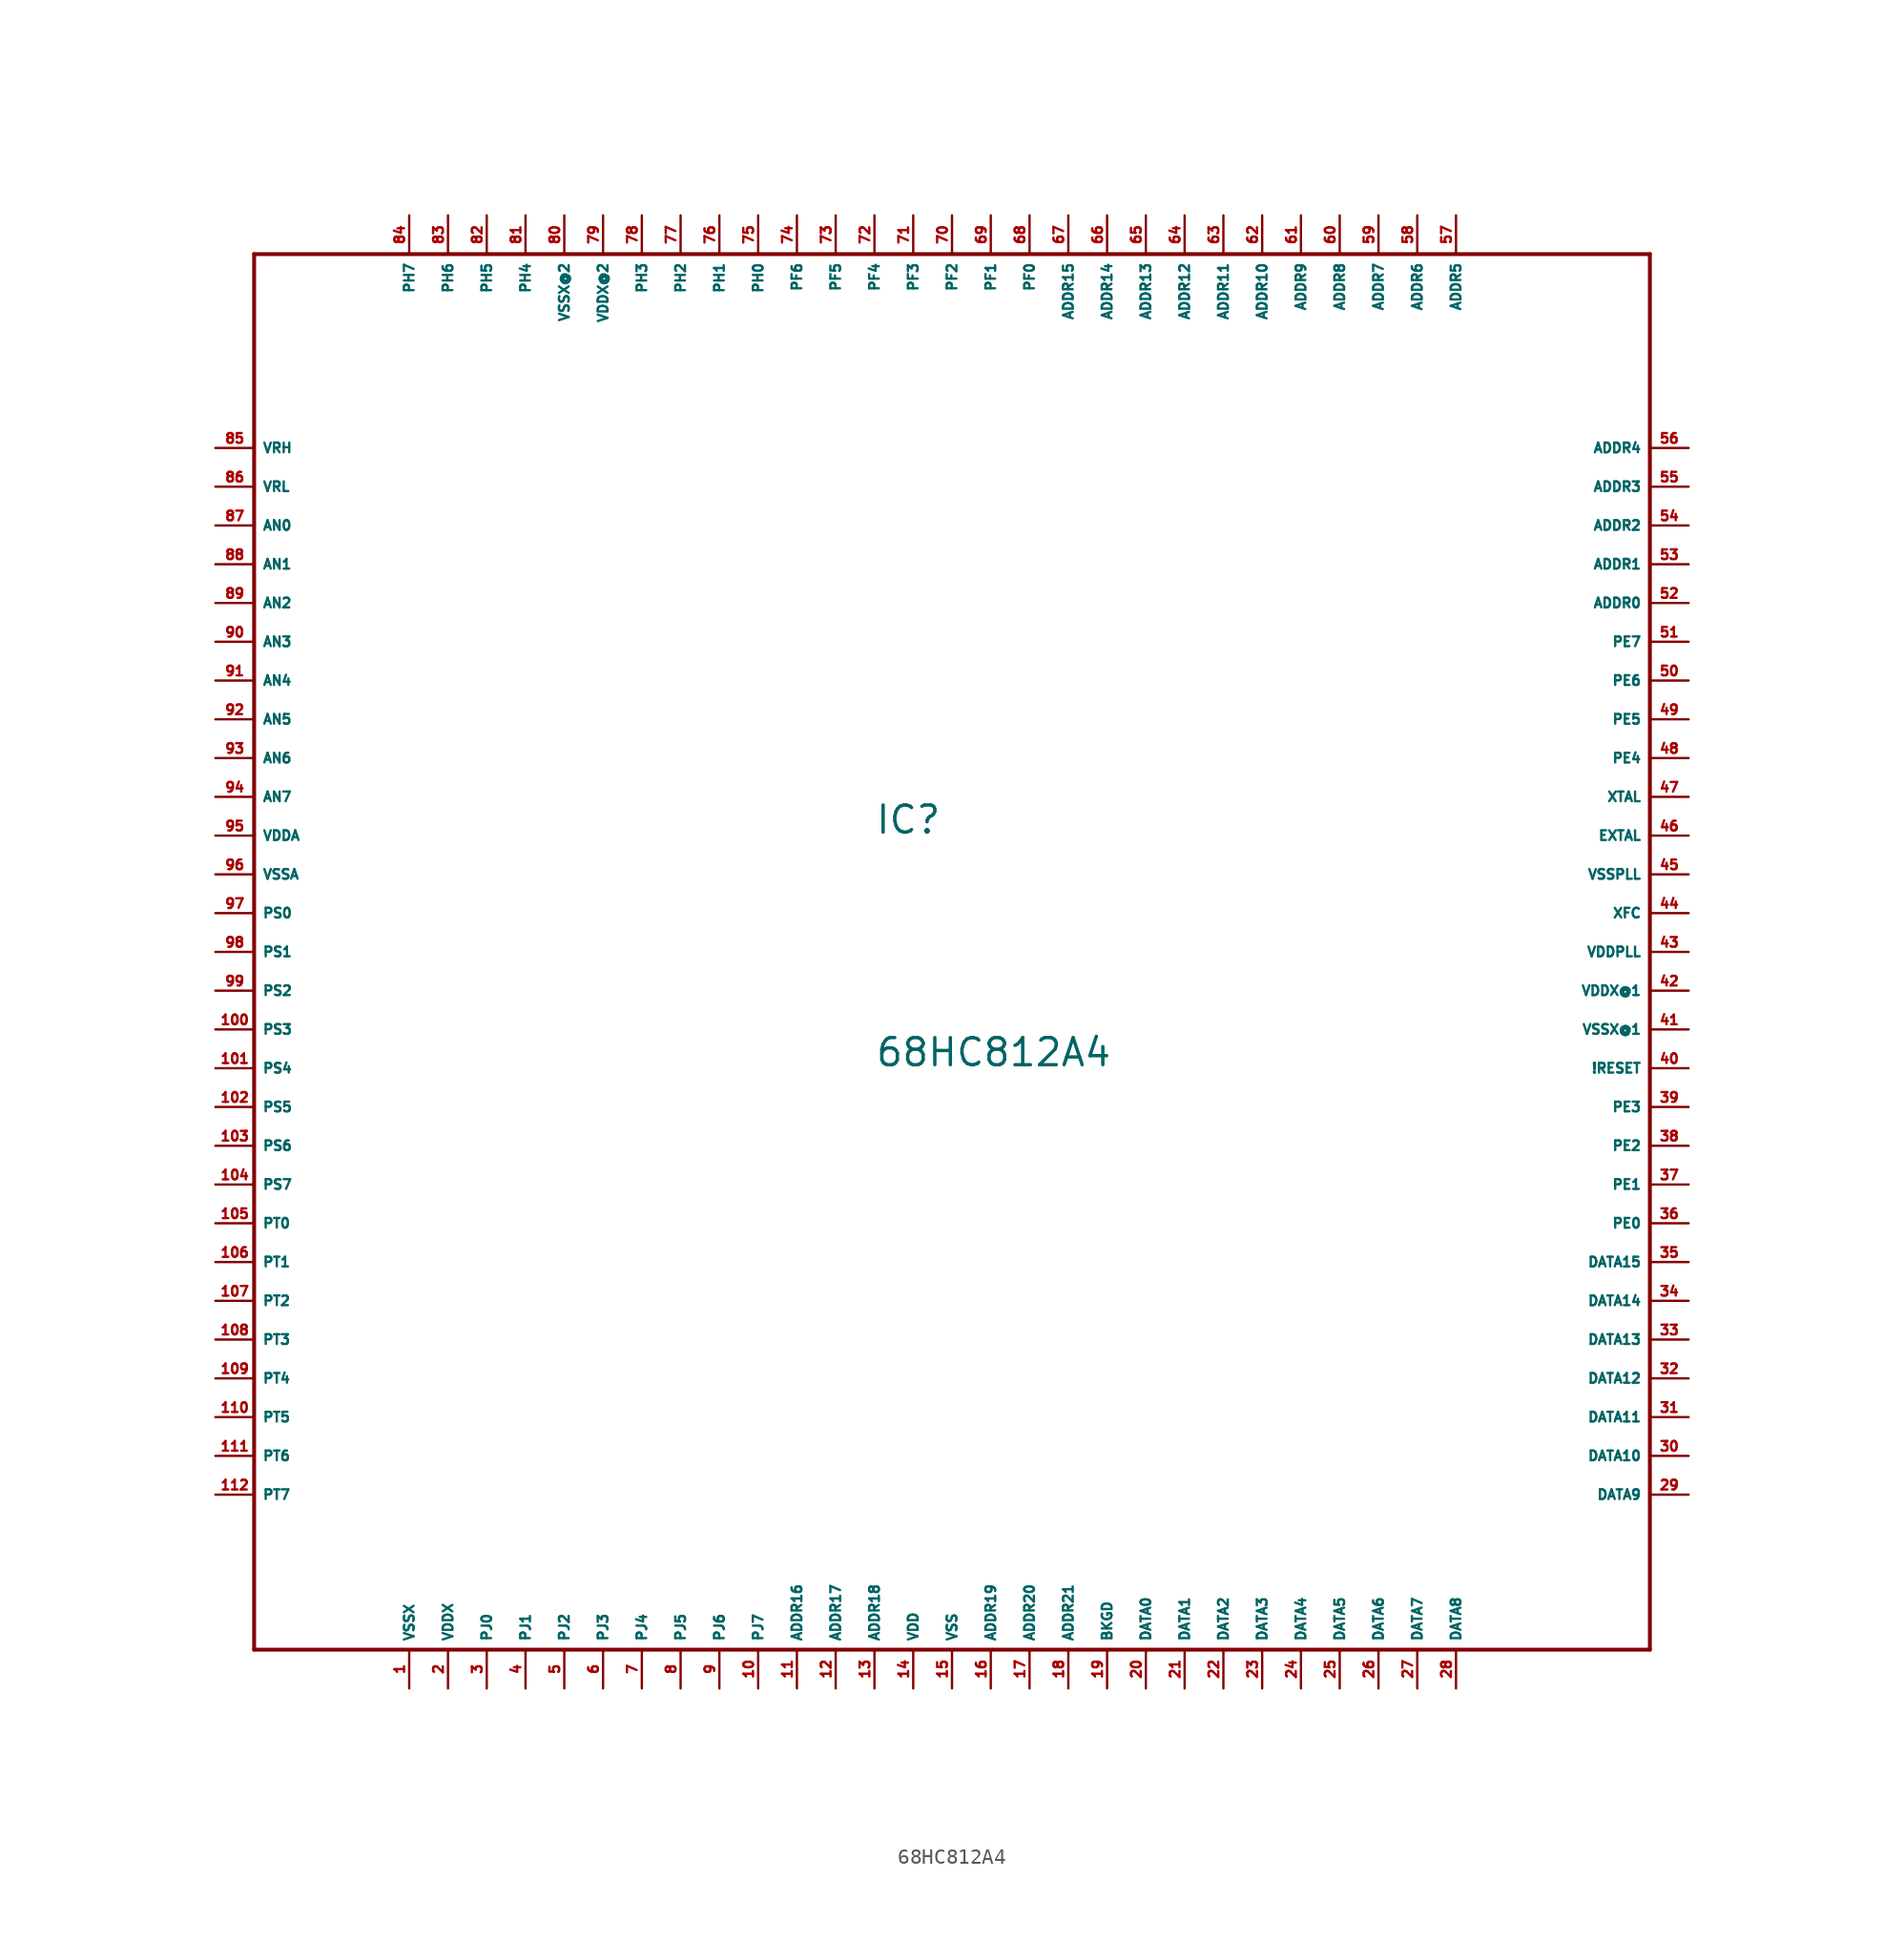
<source format=kicad_sym>
(kicad_symbol_lib
  (version 20220914)
  (generator Eagle2Kicad)
  (symbol "68HC812A4"
    (property "Reference" "IC"
      (at -5.08 7.62 0)
      (effects (font (size 1.778 1.778) (thickness 0.22)) (justify left bottom)))
    (property "Value" "68HC812A4"
      (at -5.08 -7.62 0)
      (effects (font (size 1.778 1.778) (thickness 0.22)) (justify left bottom)))
    (polyline
      (pts (xy -45.72 45.72) (xy -45.72 -45.72))
      (stroke (width 0.254) (type default))
      (fill (type none)))
    (polyline
      (pts (xy -45.72 -45.72) (xy 45.72 -45.72))
      (stroke (width 0.254) (type default))
      (fill (type none)))
    (polyline
      (pts (xy 45.72 -45.72) (xy 45.72 45.72))
      (stroke (width 0.254) (type default))
      (fill (type none)))
    (polyline
      (pts (xy 45.72 45.72) (xy -45.72 45.72))
      (stroke (width 0.254) (type default))
      (fill (type none)))
    (pin unspecified line
      (at -35.56 -48.26 90)
      (length 2.54)
      (name "VSSX" (effects (font (size 0.635 0.635) (thickness 0.08)) (justify left bottom)))
      (number "1" (effects (font (size 0.635 0.635) (thickness 0.08)) (justify left bottom))))
    (pin unspecified line
      (at -33.02 -48.26 90)
      (length 2.54)
      (name "VDDX" (effects (font (size 0.635 0.635) (thickness 0.08)) (justify left bottom)))
      (number "2" (effects (font (size 0.635 0.635) (thickness 0.08)) (justify left bottom))))
    (pin bidirectional line
      (at -30.48 -48.26 90)
      (length 2.54)
      (name "PJ0" (effects (font (size 0.635 0.635) (thickness 0.08)) (justify left bottom)))
      (number "3" (effects (font (size 0.635 0.635) (thickness 0.08)) (justify left bottom))))
    (pin bidirectional line
      (at -27.94 -48.26 90)
      (length 2.54)
      (name "PJ1" (effects (font (size 0.635 0.635) (thickness 0.08)) (justify left bottom)))
      (number "4" (effects (font (size 0.635 0.635) (thickness 0.08)) (justify left bottom))))
    (pin bidirectional line
      (at -25.4 -48.26 90)
      (length 2.54)
      (name "PJ2" (effects (font (size 0.635 0.635) (thickness 0.08)) (justify left bottom)))
      (number "5" (effects (font (size 0.635 0.635) (thickness 0.08)) (justify left bottom))))
    (pin bidirectional line
      (at -22.86 -48.26 90)
      (length 2.54)
      (name "PJ3" (effects (font (size 0.635 0.635) (thickness 0.08)) (justify left bottom)))
      (number "6" (effects (font (size 0.635 0.635) (thickness 0.08)) (justify left bottom))))
    (pin bidirectional line
      (at -20.32 -48.26 90)
      (length 2.54)
      (name "PJ4" (effects (font (size 0.635 0.635) (thickness 0.08)) (justify left bottom)))
      (number "7" (effects (font (size 0.635 0.635) (thickness 0.08)) (justify left bottom))))
    (pin bidirectional line
      (at -17.78 -48.26 90)
      (length 2.54)
      (name "PJ5" (effects (font (size 0.635 0.635) (thickness 0.08)) (justify left bottom)))
      (number "8" (effects (font (size 0.635 0.635) (thickness 0.08)) (justify left bottom))))
    (pin bidirectional line
      (at -15.24 -48.26 90)
      (length 2.54)
      (name "PJ6" (effects (font (size 0.635 0.635) (thickness 0.08)) (justify left bottom)))
      (number "9" (effects (font (size 0.635 0.635) (thickness 0.08)) (justify left bottom))))
    (pin bidirectional line
      (at -12.7 -48.26 90)
      (length 2.54)
      (name "PJ7" (effects (font (size 0.635 0.635) (thickness 0.08)) (justify left bottom)))
      (number "10" (effects (font (size 0.635 0.635) (thickness 0.08)) (justify left bottom))))
    (pin bidirectional line
      (at -10.16 -48.26 90)
      (length 2.54)
      (name "ADDR16" (effects (font (size 0.635 0.635) (thickness 0.08)) (justify left bottom)))
      (number "11" (effects (font (size 0.635 0.635) (thickness 0.08)) (justify left bottom))))
    (pin bidirectional line
      (at -7.62 -48.26 90)
      (length 2.54)
      (name "ADDR17" (effects (font (size 0.635 0.635) (thickness 0.08)) (justify left bottom)))
      (number "12" (effects (font (size 0.635 0.635) (thickness 0.08)) (justify left bottom))))
    (pin bidirectional line
      (at -5.08 -48.26 90)
      (length 2.54)
      (name "ADDR18" (effects (font (size 0.635 0.635) (thickness 0.08)) (justify left bottom)))
      (number "13" (effects (font (size 0.635 0.635) (thickness 0.08)) (justify left bottom))))
    (pin unspecified line
      (at -2.54 -48.26 90)
      (length 2.54)
      (name "VDD" (effects (font (size 0.635 0.635) (thickness 0.08)) (justify left bottom)))
      (number "14" (effects (font (size 0.635 0.635) (thickness 0.08)) (justify left bottom))))
    (pin unspecified line
      (at 0 -48.26 90)
      (length 2.54)
      (name "VSS" (effects (font (size 0.635 0.635) (thickness 0.08)) (justify left bottom)))
      (number "15" (effects (font (size 0.635 0.635) (thickness 0.08)) (justify left bottom))))
    (pin bidirectional line
      (at 2.54 -48.26 90)
      (length 2.54)
      (name "ADDR19" (effects (font (size 0.635 0.635) (thickness 0.08)) (justify left bottom)))
      (number "16" (effects (font (size 0.635 0.635) (thickness 0.08)) (justify left bottom))))
    (pin bidirectional line
      (at 5.08 -48.26 90)
      (length 2.54)
      (name "ADDR20" (effects (font (size 0.635 0.635) (thickness 0.08)) (justify left bottom)))
      (number "17" (effects (font (size 0.635 0.635) (thickness 0.08)) (justify left bottom))))
    (pin bidirectional line
      (at 7.62 -48.26 90)
      (length 2.54)
      (name "ADDR21" (effects (font (size 0.635 0.635) (thickness 0.08)) (justify left bottom)))
      (number "18" (effects (font (size 0.635 0.635) (thickness 0.08)) (justify left bottom))))
    (pin input line
      (at 10.16 -48.26 90)
      (length 2.54)
      (name "BKGD" (effects (font (size 0.635 0.635) (thickness 0.08)) (justify left bottom)))
      (number "19" (effects (font (size 0.635 0.635) (thickness 0.08)) (justify left bottom))))
    (pin bidirectional line
      (at 12.7 -48.26 90)
      (length 2.54)
      (name "DATA0" (effects (font (size 0.635 0.635) (thickness 0.08)) (justify left bottom)))
      (number "20" (effects (font (size 0.635 0.635) (thickness 0.08)) (justify left bottom))))
    (pin bidirectional line
      (at 15.24 -48.26 90)
      (length 2.54)
      (name "DATA1" (effects (font (size 0.635 0.635) (thickness 0.08)) (justify left bottom)))
      (number "21" (effects (font (size 0.635 0.635) (thickness 0.08)) (justify left bottom))))
    (pin bidirectional line
      (at 17.78 -48.26 90)
      (length 2.54)
      (name "DATA2" (effects (font (size 0.635 0.635) (thickness 0.08)) (justify left bottom)))
      (number "22" (effects (font (size 0.635 0.635) (thickness 0.08)) (justify left bottom))))
    (pin bidirectional line
      (at 20.32 -48.26 90)
      (length 2.54)
      (name "DATA3" (effects (font (size 0.635 0.635) (thickness 0.08)) (justify left bottom)))
      (number "23" (effects (font (size 0.635 0.635) (thickness 0.08)) (justify left bottom))))
    (pin bidirectional line
      (at 22.86 -48.26 90)
      (length 2.54)
      (name "DATA4" (effects (font (size 0.635 0.635) (thickness 0.08)) (justify left bottom)))
      (number "24" (effects (font (size 0.635 0.635) (thickness 0.08)) (justify left bottom))))
    (pin bidirectional line
      (at 25.4 -48.26 90)
      (length 2.54)
      (name "DATA5" (effects (font (size 0.635 0.635) (thickness 0.08)) (justify left bottom)))
      (number "25" (effects (font (size 0.635 0.635) (thickness 0.08)) (justify left bottom))))
    (pin bidirectional line
      (at 27.94 -48.26 90)
      (length 2.54)
      (name "DATA6" (effects (font (size 0.635 0.635) (thickness 0.08)) (justify left bottom)))
      (number "26" (effects (font (size 0.635 0.635) (thickness 0.08)) (justify left bottom))))
    (pin bidirectional line
      (at 30.48 -48.26 90)
      (length 2.54)
      (name "DATA7" (effects (font (size 0.635 0.635) (thickness 0.08)) (justify left bottom)))
      (number "27" (effects (font (size 0.635 0.635) (thickness 0.08)) (justify left bottom))))
    (pin bidirectional line
      (at 33.02 -48.26 90)
      (length 2.54)
      (name "DATA8" (effects (font (size 0.635 0.635) (thickness 0.08)) (justify left bottom)))
      (number "28" (effects (font (size 0.635 0.635) (thickness 0.08)) (justify left bottom))))
    (pin bidirectional line
      (at 48.26 -35.56 180)
      (length 2.54)
      (name "DATA9" (effects (font (size 0.635 0.635) (thickness 0.08)) (justify left bottom)))
      (number "29" (effects (font (size 0.635 0.635) (thickness 0.08)) (justify left bottom))))
    (pin bidirectional line
      (at 48.26 -33.02 180)
      (length 2.54)
      (name "DATA10" (effects (font (size 0.635 0.635) (thickness 0.08)) (justify left bottom)))
      (number "30" (effects (font (size 0.635 0.635) (thickness 0.08)) (justify left bottom))))
    (pin bidirectional line
      (at 48.26 -30.48 180)
      (length 2.54)
      (name "DATA11" (effects (font (size 0.635 0.635) (thickness 0.08)) (justify left bottom)))
      (number "31" (effects (font (size 0.635 0.635) (thickness 0.08)) (justify left bottom))))
    (pin bidirectional line
      (at 48.26 -27.94 180)
      (length 2.54)
      (name "DATA12" (effects (font (size 0.635 0.635) (thickness 0.08)) (justify left bottom)))
      (number "32" (effects (font (size 0.635 0.635) (thickness 0.08)) (justify left bottom))))
    (pin bidirectional line
      (at 48.26 -25.4 180)
      (length 2.54)
      (name "DATA13" (effects (font (size 0.635 0.635) (thickness 0.08)) (justify left bottom)))
      (number "33" (effects (font (size 0.635 0.635) (thickness 0.08)) (justify left bottom))))
    (pin bidirectional line
      (at 48.26 -22.86 180)
      (length 2.54)
      (name "DATA14" (effects (font (size 0.635 0.635) (thickness 0.08)) (justify left bottom)))
      (number "34" (effects (font (size 0.635 0.635) (thickness 0.08)) (justify left bottom))))
    (pin bidirectional line
      (at 48.26 -20.32 180)
      (length 2.54)
      (name "DATA15" (effects (font (size 0.635 0.635) (thickness 0.08)) (justify left bottom)))
      (number "35" (effects (font (size 0.635 0.635) (thickness 0.08)) (justify left bottom))))
    (pin input line
      (at 48.26 -17.78 180)
      (length 2.54)
      (name "PE0" (effects (font (size 0.635 0.635) (thickness 0.08)) (justify left bottom)))
      (number "36" (effects (font (size 0.635 0.635) (thickness 0.08)) (justify left bottom))))
    (pin input line
      (at 48.26 -15.24 180)
      (length 2.54)
      (name "PE1" (effects (font (size 0.635 0.635) (thickness 0.08)) (justify left bottom)))
      (number "37" (effects (font (size 0.635 0.635) (thickness 0.08)) (justify left bottom))))
    (pin bidirectional line
      (at 48.26 -12.7 180)
      (length 2.54)
      (name "PE2" (effects (font (size 0.635 0.635) (thickness 0.08)) (justify left bottom)))
      (number "38" (effects (font (size 0.635 0.635) (thickness 0.08)) (justify left bottom))))
    (pin bidirectional line
      (at 48.26 -10.16 180)
      (length 2.54)
      (name "PE3" (effects (font (size 0.635 0.635) (thickness 0.08)) (justify left bottom)))
      (number "39" (effects (font (size 0.635 0.635) (thickness 0.08)) (justify left bottom))))
    (pin input line
      (at 48.26 -7.62 180)
      (length 2.54)
      (name "!RESET" (effects (font (size 0.635 0.635) (thickness 0.08)) (justify left bottom)))
      (number "40" (effects (font (size 0.635 0.635) (thickness 0.08)) (justify left bottom))))
    (pin unspecified line
      (at 48.26 -5.08 180)
      (length 2.54)
      (name "VSSX@1" (effects (font (size 0.635 0.635) (thickness 0.08)) (justify left bottom)))
      (number "41" (effects (font (size 0.635 0.635) (thickness 0.08)) (justify left bottom))))
    (pin unspecified line
      (at 48.26 -2.54 180)
      (length 2.54)
      (name "VDDX@1" (effects (font (size 0.635 0.635) (thickness 0.08)) (justify left bottom)))
      (number "42" (effects (font (size 0.635 0.635) (thickness 0.08)) (justify left bottom))))
    (pin bidirectional line
      (at 48.26 0 180)
      (length 2.54)
      (name "VDDPLL" (effects (font (size 0.635 0.635) (thickness 0.08)) (justify left bottom)))
      (number "43" (effects (font (size 0.635 0.635) (thickness 0.08)) (justify left bottom))))
    (pin bidirectional line
      (at 48.26 2.54 180)
      (length 2.54)
      (name "XFC" (effects (font (size 0.635 0.635) (thickness 0.08)) (justify left bottom)))
      (number "44" (effects (font (size 0.635 0.635) (thickness 0.08)) (justify left bottom))))
    (pin bidirectional line
      (at 48.26 5.08 180)
      (length 2.54)
      (name "VSSPLL" (effects (font (size 0.635 0.635) (thickness 0.08)) (justify left bottom)))
      (number "45" (effects (font (size 0.635 0.635) (thickness 0.08)) (justify left bottom))))
    (pin input line
      (at 48.26 7.62 180)
      (length 2.54)
      (name "EXTAL" (effects (font (size 0.635 0.635) (thickness 0.08)) (justify left bottom)))
      (number "46" (effects (font (size 0.635 0.635) (thickness 0.08)) (justify left bottom))))
    (pin bidirectional line
      (at 48.26 12.7 180)
      (length 2.54)
      (name "PE4" (effects (font (size 0.635 0.635) (thickness 0.08)) (justify left bottom)))
      (number "48" (effects (font (size 0.635 0.635) (thickness 0.08)) (justify left bottom))))
    (pin input line
      (at 48.26 15.24 180)
      (length 2.54)
      (name "PE5" (effects (font (size 0.635 0.635) (thickness 0.08)) (justify left bottom)))
      (number "49" (effects (font (size 0.635 0.635) (thickness 0.08)) (justify left bottom))))
    (pin input line
      (at 48.26 17.78 180)
      (length 2.54)
      (name "PE6" (effects (font (size 0.635 0.635) (thickness 0.08)) (justify left bottom)))
      (number "50" (effects (font (size 0.635 0.635) (thickness 0.08)) (justify left bottom))))
    (pin bidirectional line
      (at 48.26 20.32 180)
      (length 2.54)
      (name "PE7" (effects (font (size 0.635 0.635) (thickness 0.08)) (justify left bottom)))
      (number "51" (effects (font (size 0.635 0.635) (thickness 0.08)) (justify left bottom))))
    (pin bidirectional line
      (at 48.26 22.86 180)
      (length 2.54)
      (name "ADDR0" (effects (font (size 0.635 0.635) (thickness 0.08)) (justify left bottom)))
      (number "52" (effects (font (size 0.635 0.635) (thickness 0.08)) (justify left bottom))))
    (pin bidirectional line
      (at 48.26 25.4 180)
      (length 2.54)
      (name "ADDR1" (effects (font (size 0.635 0.635) (thickness 0.08)) (justify left bottom)))
      (number "53" (effects (font (size 0.635 0.635) (thickness 0.08)) (justify left bottom))))
    (pin bidirectional line
      (at 48.26 27.94 180)
      (length 2.54)
      (name "ADDR2" (effects (font (size 0.635 0.635) (thickness 0.08)) (justify left bottom)))
      (number "54" (effects (font (size 0.635 0.635) (thickness 0.08)) (justify left bottom))))
    (pin bidirectional line
      (at 48.26 30.48 180)
      (length 2.54)
      (name "ADDR3" (effects (font (size 0.635 0.635) (thickness 0.08)) (justify left bottom)))
      (number "55" (effects (font (size 0.635 0.635) (thickness 0.08)) (justify left bottom))))
    (pin bidirectional line
      (at 48.26 33.02 180)
      (length 2.54)
      (name "ADDR4" (effects (font (size 0.635 0.635) (thickness 0.08)) (justify left bottom)))
      (number "56" (effects (font (size 0.635 0.635) (thickness 0.08)) (justify left bottom))))
    (pin bidirectional line
      (at 33.02 48.26 270)
      (length 2.54)
      (name "ADDR5" (effects (font (size 0.635 0.635) (thickness 0.08)) (justify left bottom)))
      (number "57" (effects (font (size 0.635 0.635) (thickness 0.08)) (justify left bottom))))
    (pin bidirectional line
      (at 30.48 48.26 270)
      (length 2.54)
      (name "ADDR6" (effects (font (size 0.635 0.635) (thickness 0.08)) (justify left bottom)))
      (number "58" (effects (font (size 0.635 0.635) (thickness 0.08)) (justify left bottom))))
    (pin bidirectional line
      (at 27.94 48.26 270)
      (length 2.54)
      (name "ADDR7" (effects (font (size 0.635 0.635) (thickness 0.08)) (justify left bottom)))
      (number "59" (effects (font (size 0.635 0.635) (thickness 0.08)) (justify left bottom))))
    (pin bidirectional line
      (at 25.4 48.26 270)
      (length 2.54)
      (name "ADDR8" (effects (font (size 0.635 0.635) (thickness 0.08)) (justify left bottom)))
      (number "60" (effects (font (size 0.635 0.635) (thickness 0.08)) (justify left bottom))))
    (pin bidirectional line
      (at 22.86 48.26 270)
      (length 2.54)
      (name "ADDR9" (effects (font (size 0.635 0.635) (thickness 0.08)) (justify left bottom)))
      (number "61" (effects (font (size 0.635 0.635) (thickness 0.08)) (justify left bottom))))
    (pin bidirectional line
      (at 20.32 48.26 270)
      (length 2.54)
      (name "ADDR10" (effects (font (size 0.635 0.635) (thickness 0.08)) (justify left bottom)))
      (number "62" (effects (font (size 0.635 0.635) (thickness 0.08)) (justify left bottom))))
    (pin bidirectional line
      (at 17.78 48.26 270)
      (length 2.54)
      (name "ADDR11" (effects (font (size 0.635 0.635) (thickness 0.08)) (justify left bottom)))
      (number "63" (effects (font (size 0.635 0.635) (thickness 0.08)) (justify left bottom))))
    (pin bidirectional line
      (at 15.24 48.26 270)
      (length 2.54)
      (name "ADDR12" (effects (font (size 0.635 0.635) (thickness 0.08)) (justify left bottom)))
      (number "64" (effects (font (size 0.635 0.635) (thickness 0.08)) (justify left bottom))))
    (pin bidirectional line
      (at 12.7 48.26 270)
      (length 2.54)
      (name "ADDR13" (effects (font (size 0.635 0.635) (thickness 0.08)) (justify left bottom)))
      (number "65" (effects (font (size 0.635 0.635) (thickness 0.08)) (justify left bottom))))
    (pin bidirectional line
      (at 10.16 48.26 270)
      (length 2.54)
      (name "ADDR14" (effects (font (size 0.635 0.635) (thickness 0.08)) (justify left bottom)))
      (number "66" (effects (font (size 0.635 0.635) (thickness 0.08)) (justify left bottom))))
    (pin bidirectional line
      (at 7.62 48.26 270)
      (length 2.54)
      (name "ADDR15" (effects (font (size 0.635 0.635) (thickness 0.08)) (justify left bottom)))
      (number "67" (effects (font (size 0.635 0.635) (thickness 0.08)) (justify left bottom))))
    (pin bidirectional line
      (at 5.08 48.26 270)
      (length 2.54)
      (name "PF0" (effects (font (size 0.635 0.635) (thickness 0.08)) (justify left bottom)))
      (number "68" (effects (font (size 0.635 0.635) (thickness 0.08)) (justify left bottom))))
    (pin bidirectional line
      (at 2.54 48.26 270)
      (length 2.54)
      (name "PF1" (effects (font (size 0.635 0.635) (thickness 0.08)) (justify left bottom)))
      (number "69" (effects (font (size 0.635 0.635) (thickness 0.08)) (justify left bottom))))
    (pin bidirectional line
      (at 0 48.26 270)
      (length 2.54)
      (name "PF2" (effects (font (size 0.635 0.635) (thickness 0.08)) (justify left bottom)))
      (number "70" (effects (font (size 0.635 0.635) (thickness 0.08)) (justify left bottom))))
    (pin bidirectional line
      (at -2.54 48.26 270)
      (length 2.54)
      (name "PF3" (effects (font (size 0.635 0.635) (thickness 0.08)) (justify left bottom)))
      (number "71" (effects (font (size 0.635 0.635) (thickness 0.08)) (justify left bottom))))
    (pin bidirectional line
      (at -5.08 48.26 270)
      (length 2.54)
      (name "PF4" (effects (font (size 0.635 0.635) (thickness 0.08)) (justify left bottom)))
      (number "72" (effects (font (size 0.635 0.635) (thickness 0.08)) (justify left bottom))))
    (pin bidirectional line
      (at -7.62 48.26 270)
      (length 2.54)
      (name "PF5" (effects (font (size 0.635 0.635) (thickness 0.08)) (justify left bottom)))
      (number "73" (effects (font (size 0.635 0.635) (thickness 0.08)) (justify left bottom))))
    (pin bidirectional line
      (at -10.16 48.26 270)
      (length 2.54)
      (name "PF6" (effects (font (size 0.635 0.635) (thickness 0.08)) (justify left bottom)))
      (number "74" (effects (font (size 0.635 0.635) (thickness 0.08)) (justify left bottom))))
    (pin bidirectional line
      (at -12.7 48.26 270)
      (length 2.54)
      (name "PH0" (effects (font (size 0.635 0.635) (thickness 0.08)) (justify left bottom)))
      (number "75" (effects (font (size 0.635 0.635) (thickness 0.08)) (justify left bottom))))
    (pin bidirectional line
      (at -15.24 48.26 270)
      (length 2.54)
      (name "PH1" (effects (font (size 0.635 0.635) (thickness 0.08)) (justify left bottom)))
      (number "76" (effects (font (size 0.635 0.635) (thickness 0.08)) (justify left bottom))))
    (pin bidirectional line
      (at -17.78 48.26 270)
      (length 2.54)
      (name "PH2" (effects (font (size 0.635 0.635) (thickness 0.08)) (justify left bottom)))
      (number "77" (effects (font (size 0.635 0.635) (thickness 0.08)) (justify left bottom))))
    (pin bidirectional line
      (at -20.32 48.26 270)
      (length 2.54)
      (name "PH3" (effects (font (size 0.635 0.635) (thickness 0.08)) (justify left bottom)))
      (number "78" (effects (font (size 0.635 0.635) (thickness 0.08)) (justify left bottom))))
    (pin unspecified line
      (at -22.86 48.26 270)
      (length 2.54)
      (name "VDDX@2" (effects (font (size 0.635 0.635) (thickness 0.08)) (justify left bottom)))
      (number "79" (effects (font (size 0.635 0.635) (thickness 0.08)) (justify left bottom))))
    (pin unspecified line
      (at -25.4 48.26 270)
      (length 2.54)
      (name "VSSX@2" (effects (font (size 0.635 0.635) (thickness 0.08)) (justify left bottom)))
      (number "80" (effects (font (size 0.635 0.635) (thickness 0.08)) (justify left bottom))))
    (pin bidirectional line
      (at -27.94 48.26 270)
      (length 2.54)
      (name "PH4" (effects (font (size 0.635 0.635) (thickness 0.08)) (justify left bottom)))
      (number "81" (effects (font (size 0.635 0.635) (thickness 0.08)) (justify left bottom))))
    (pin bidirectional line
      (at -30.48 48.26 270)
      (length 2.54)
      (name "PH5" (effects (font (size 0.635 0.635) (thickness 0.08)) (justify left bottom)))
      (number "82" (effects (font (size 0.635 0.635) (thickness 0.08)) (justify left bottom))))
    (pin bidirectional line
      (at -33.02 48.26 270)
      (length 2.54)
      (name "PH6" (effects (font (size 0.635 0.635) (thickness 0.08)) (justify left bottom)))
      (number "83" (effects (font (size 0.635 0.635) (thickness 0.08)) (justify left bottom))))
    (pin bidirectional line
      (at -35.56 48.26 270)
      (length 2.54)
      (name "PH7" (effects (font (size 0.635 0.635) (thickness 0.08)) (justify left bottom)))
      (number "84" (effects (font (size 0.635 0.635) (thickness 0.08)) (justify left bottom))))
    (pin bidirectional line
      (at -48.26 33.02 0)
      (length 2.54)
      (name "VRH" (effects (font (size 0.635 0.635) (thickness 0.08)) (justify left bottom)))
      (number "85" (effects (font (size 0.635 0.635) (thickness 0.08)) (justify left bottom))))
    (pin bidirectional line
      (at -48.26 30.48 0)
      (length 2.54)
      (name "VRL" (effects (font (size 0.635 0.635) (thickness 0.08)) (justify left bottom)))
      (number "86" (effects (font (size 0.635 0.635) (thickness 0.08)) (justify left bottom))))
    (pin input line
      (at -48.26 27.94 0)
      (length 2.54)
      (name "AN0" (effects (font (size 0.635 0.635) (thickness 0.08)) (justify left bottom)))
      (number "87" (effects (font (size 0.635 0.635) (thickness 0.08)) (justify left bottom))))
    (pin input line
      (at -48.26 25.4 0)
      (length 2.54)
      (name "AN1" (effects (font (size 0.635 0.635) (thickness 0.08)) (justify left bottom)))
      (number "88" (effects (font (size 0.635 0.635) (thickness 0.08)) (justify left bottom))))
    (pin input line
      (at -48.26 22.86 0)
      (length 2.54)
      (name "AN2" (effects (font (size 0.635 0.635) (thickness 0.08)) (justify left bottom)))
      (number "89" (effects (font (size 0.635 0.635) (thickness 0.08)) (justify left bottom))))
    (pin input line
      (at -48.26 20.32 0)
      (length 2.54)
      (name "AN3" (effects (font (size 0.635 0.635) (thickness 0.08)) (justify left bottom)))
      (number "90" (effects (font (size 0.635 0.635) (thickness 0.08)) (justify left bottom))))
    (pin input line
      (at -48.26 17.78 0)
      (length 2.54)
      (name "AN4" (effects (font (size 0.635 0.635) (thickness 0.08)) (justify left bottom)))
      (number "91" (effects (font (size 0.635 0.635) (thickness 0.08)) (justify left bottom))))
    (pin input line
      (at -48.26 15.24 0)
      (length 2.54)
      (name "AN5" (effects (font (size 0.635 0.635) (thickness 0.08)) (justify left bottom)))
      (number "92" (effects (font (size 0.635 0.635) (thickness 0.08)) (justify left bottom))))
    (pin input line
      (at -48.26 12.7 0)
      (length 2.54)
      (name "AN6" (effects (font (size 0.635 0.635) (thickness 0.08)) (justify left bottom)))
      (number "93" (effects (font (size 0.635 0.635) (thickness 0.08)) (justify left bottom))))
    (pin input line
      (at -48.26 10.16 0)
      (length 2.54)
      (name "AN7" (effects (font (size 0.635 0.635) (thickness 0.08)) (justify left bottom)))
      (number "94" (effects (font (size 0.635 0.635) (thickness 0.08)) (justify left bottom))))
    (pin unspecified line
      (at -48.26 7.62 0)
      (length 2.54)
      (name "VDDA" (effects (font (size 0.635 0.635) (thickness 0.08)) (justify left bottom)))
      (number "95" (effects (font (size 0.635 0.635) (thickness 0.08)) (justify left bottom))))
    (pin unspecified line
      (at -48.26 5.08 0)
      (length 2.54)
      (name "VSSA" (effects (font (size 0.635 0.635) (thickness 0.08)) (justify left bottom)))
      (number "96" (effects (font (size 0.635 0.635) (thickness 0.08)) (justify left bottom))))
    (pin bidirectional line
      (at -48.26 2.54 0)
      (length 2.54)
      (name "PS0" (effects (font (size 0.635 0.635) (thickness 0.08)) (justify left bottom)))
      (number "97" (effects (font (size 0.635 0.635) (thickness 0.08)) (justify left bottom))))
    (pin bidirectional line
      (at -48.26 0 0)
      (length 2.54)
      (name "PS1" (effects (font (size 0.635 0.635) (thickness 0.08)) (justify left bottom)))
      (number "98" (effects (font (size 0.635 0.635) (thickness 0.08)) (justify left bottom))))
    (pin bidirectional line
      (at -48.26 -2.54 0)
      (length 2.54)
      (name "PS2" (effects (font (size 0.635 0.635) (thickness 0.08)) (justify left bottom)))
      (number "99" (effects (font (size 0.635 0.635) (thickness 0.08)) (justify left bottom))))
    (pin bidirectional line
      (at -48.26 -5.08 0)
      (length 2.54)
      (name "PS3" (effects (font (size 0.635 0.635) (thickness 0.08)) (justify left bottom)))
      (number "100" (effects (font (size 0.635 0.635) (thickness 0.08)) (justify left bottom))))
    (pin bidirectional line
      (at -48.26 -7.62 0)
      (length 2.54)
      (name "PS4" (effects (font (size 0.635 0.635) (thickness 0.08)) (justify left bottom)))
      (number "101" (effects (font (size 0.635 0.635) (thickness 0.08)) (justify left bottom))))
    (pin bidirectional line
      (at -48.26 -10.16 0)
      (length 2.54)
      (name "PS5" (effects (font (size 0.635 0.635) (thickness 0.08)) (justify left bottom)))
      (number "102" (effects (font (size 0.635 0.635) (thickness 0.08)) (justify left bottom))))
    (pin bidirectional line
      (at -48.26 -12.7 0)
      (length 2.54)
      (name "PS6" (effects (font (size 0.635 0.635) (thickness 0.08)) (justify left bottom)))
      (number "103" (effects (font (size 0.635 0.635) (thickness 0.08)) (justify left bottom))))
    (pin bidirectional line
      (at -48.26 -15.24 0)
      (length 2.54)
      (name "PS7" (effects (font (size 0.635 0.635) (thickness 0.08)) (justify left bottom)))
      (number "104" (effects (font (size 0.635 0.635) (thickness 0.08)) (justify left bottom))))
    (pin bidirectional line
      (at -48.26 -17.78 0)
      (length 2.54)
      (name "PT0" (effects (font (size 0.635 0.635) (thickness 0.08)) (justify left bottom)))
      (number "105" (effects (font (size 0.635 0.635) (thickness 0.08)) (justify left bottom))))
    (pin bidirectional line
      (at -48.26 -20.32 0)
      (length 2.54)
      (name "PT1" (effects (font (size 0.635 0.635) (thickness 0.08)) (justify left bottom)))
      (number "106" (effects (font (size 0.635 0.635) (thickness 0.08)) (justify left bottom))))
    (pin bidirectional line
      (at -48.26 -22.86 0)
      (length 2.54)
      (name "PT2" (effects (font (size 0.635 0.635) (thickness 0.08)) (justify left bottom)))
      (number "107" (effects (font (size 0.635 0.635) (thickness 0.08)) (justify left bottom))))
    (pin bidirectional line
      (at -48.26 -25.4 0)
      (length 2.54)
      (name "PT3" (effects (font (size 0.635 0.635) (thickness 0.08)) (justify left bottom)))
      (number "108" (effects (font (size 0.635 0.635) (thickness 0.08)) (justify left bottom))))
    (pin bidirectional line
      (at -48.26 -27.94 0)
      (length 2.54)
      (name "PT4" (effects (font (size 0.635 0.635) (thickness 0.08)) (justify left bottom)))
      (number "109" (effects (font (size 0.635 0.635) (thickness 0.08)) (justify left bottom))))
    (pin bidirectional line
      (at -48.26 -30.48 0)
      (length 2.54)
      (name "PT5" (effects (font (size 0.635 0.635) (thickness 0.08)) (justify left bottom)))
      (number "110" (effects (font (size 0.635 0.635) (thickness 0.08)) (justify left bottom))))
    (pin bidirectional line
      (at -48.26 -33.02 0)
      (length 2.54)
      (name "PT6" (effects (font (size 0.635 0.635) (thickness 0.08)) (justify left bottom)))
      (number "111" (effects (font (size 0.635 0.635) (thickness 0.08)) (justify left bottom))))
    (pin bidirectional line
      (at -48.26 -35.56 0)
      (length 2.54)
      (name "PT7" (effects (font (size 0.635 0.635) (thickness 0.08)) (justify left bottom)))
      (number "112" (effects (font (size 0.635 0.635) (thickness 0.08)) (justify left bottom))))
    (pin input line
      (at 48.26 10.16 180)
      (length 2.54)
      (name "XTAL" (effects (font (size 0.635 0.635) (thickness 0.08)) (justify left bottom)))
      (number "47" (effects (font (size 0.635 0.635) (thickness 0.08)) (justify left bottom))))))
</source>
